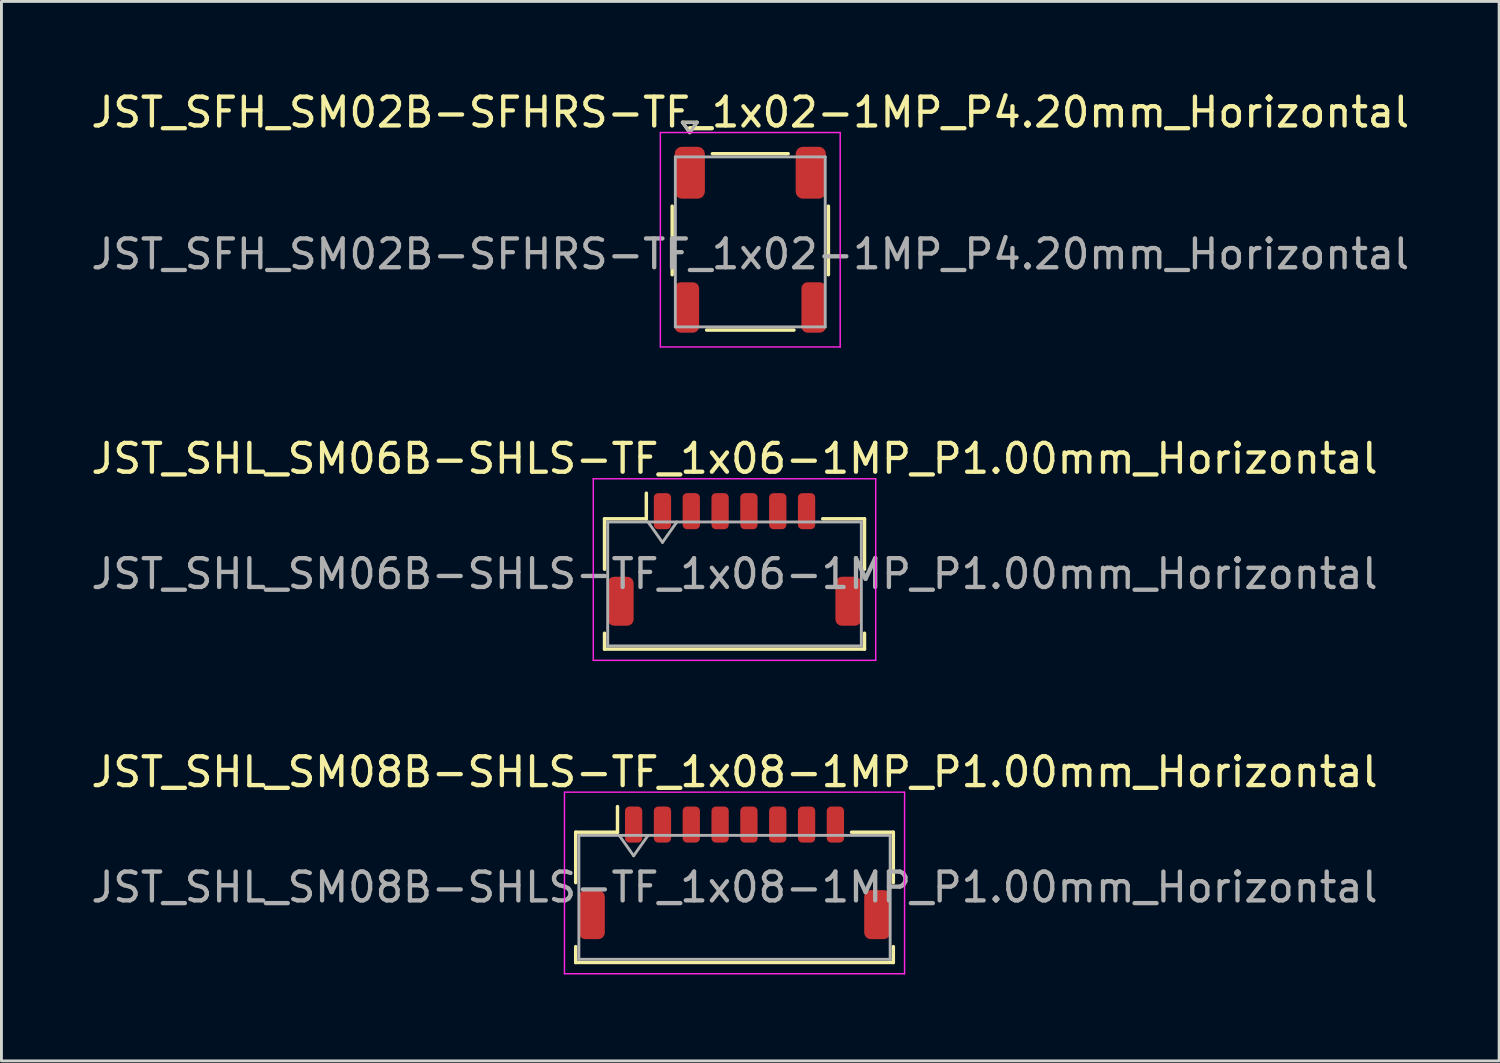
<source format=kicad_pcb>
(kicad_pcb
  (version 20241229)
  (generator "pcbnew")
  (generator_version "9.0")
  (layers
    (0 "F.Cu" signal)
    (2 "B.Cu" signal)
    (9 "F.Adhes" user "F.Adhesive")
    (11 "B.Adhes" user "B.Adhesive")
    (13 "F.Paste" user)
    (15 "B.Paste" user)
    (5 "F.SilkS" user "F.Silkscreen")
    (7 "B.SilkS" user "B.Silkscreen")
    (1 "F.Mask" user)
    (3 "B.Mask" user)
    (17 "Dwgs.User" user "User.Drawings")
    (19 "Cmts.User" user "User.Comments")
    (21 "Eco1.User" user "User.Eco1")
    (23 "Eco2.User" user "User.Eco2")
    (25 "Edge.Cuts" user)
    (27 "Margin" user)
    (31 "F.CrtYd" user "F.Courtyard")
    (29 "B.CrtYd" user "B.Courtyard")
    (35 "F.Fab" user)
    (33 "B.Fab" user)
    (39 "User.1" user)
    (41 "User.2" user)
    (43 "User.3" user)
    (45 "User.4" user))
  (footprint "JST_SFH_SM02B-SFHRS-TF_1x02-1MP_P4.20mm_Horizontal"
    (layer "F.Cu")
    (at 22.982 5.268)
    (property "Reference" "JST_SFH_SM02B-SFHRS-TF_1x02-1MP_P4.20mm_Horizontal" (at 0 -4.42 0) (layer "F.SilkS") (effects (font (size 1 1) (thickness 0.15))))
    (attr smd)
    (fp_line (start -2.71 -1.165) (end -2.71 1.215) (stroke (width 0.12) (type solid)) (layer "F.SilkS"))
    (fp_line (start -2.35 -4.074) (end -2.1 -3.72) (stroke (width 0.12) (type solid)) (layer "F.SilkS"))
    (fp_line (start -2.1 -3.72) (end -1.85 -4.074) (stroke (width 0.12) (type solid)) (layer "F.SilkS"))
    (fp_line (start -1.85 -4.074) (end -2.35 -4.074) (stroke (width 0.12) (type solid)) (layer "F.SilkS"))
    (fp_line (start -1.515 3.135) (end 1.515 3.135) (stroke (width 0.12) (type solid)) (layer "F.SilkS"))
    (fp_line (start -1.315 -2.985) (end 1.315 -2.985) (stroke (width 0.12) (type solid)) (layer "F.SilkS"))
    (fp_line (start 2.71 -1.165) (end 2.71 1.215) (stroke (width 0.12) (type solid)) (layer "F.SilkS"))
    (fp_line (start -3.12 -3.72) (end -3.12 3.72) (stroke (width 0.05) (type solid)) (layer "F.CrtYd"))
    (fp_line (start -3.12 3.72) (end 3.12 3.72) (stroke (width 0.05) (type solid)) (layer "F.CrtYd"))
    (fp_line (start 3.12 -3.72) (end -3.12 -3.72) (stroke (width 0.05) (type solid)) (layer "F.CrtYd"))
    (fp_line (start 3.12 3.72) (end 3.12 -3.72) (stroke (width 0.05) (type solid)) (layer "F.CrtYd"))
    (fp_line (start -2.6 -2.875) (end -2.6 3.025) (stroke (width 0.1) (type solid)) (layer "F.Fab"))
    (fp_line (start -2.6 -2.875) (end 2.6 -2.875) (stroke (width 0.1) (type solid)) (layer "F.Fab"))
    (fp_line (start -2.6 3.025) (end 2.6 3.025) (stroke (width 0.1) (type solid)) (layer "F.Fab"))
    (fp_line (start -2.35 -4.074) (end -2.1 -3.72) (stroke (width 0.1) (type solid)) (layer "F.Fab"))
    (fp_line (start -2.1 -3.72) (end -1.85 -4.074) (stroke (width 0.1) (type solid)) (layer "F.Fab"))
    (fp_line (start -1.85 -4.074) (end -2.35 -4.074) (stroke (width 0.1) (type solid)) (layer "F.Fab"))
    (fp_line (start 2.6 -2.875) (end 2.6 3.025) (stroke (width 0.1) (type solid)) (layer "F.Fab"))
    (fp_text user "${REFERENCE}" (at 0 0.5 0) (layer "F.Fab") (effects (font (size 1 1) (thickness 0.15))))
    (pad "1" smd roundrect (at -2.1 -2.325) (size 1.05 1.8) (layers "F.Cu" "F.Mask" "F.Paste") (roundrect_rratio 0.238))
    (pad "2" smd roundrect (at 2.1 -2.325) (size 1.05 1.8) (layers "F.Cu" "F.Mask" "F.Paste") (roundrect_rratio 0.238))
    (pad "MP" smd roundrect (at -2.2 2.35) (size 0.85 1.75) (layers "F.Cu" "F.Mask" "F.Paste") (roundrect_rratio 0.25))
    (pad "MP" smd roundrect (at 2.2 2.35) (size 0.85 1.75) (layers "F.Cu" "F.Mask" "F.Paste") (roundrect_rratio 0.25)))
  (footprint "JST_SHL_SM06B-SHLS-TF_1x06-1MP_P1.00mm_Horizontal"
    (layer "F.Cu")
    (at 22.435 16.361)
    (property "Reference" "JST_SHL_SM06B-SHLS-TF_1x06-1MP_P1.00mm_Horizontal" (at 0 -3.5 0) (layer "F.SilkS") (effects (font (size 1 1) (thickness 0.15))))
    (attr smd)
    (fp_line (start -4.51 -1.41) (end -3.06 -1.41) (stroke (width 0.12) (type solid)) (layer "F.SilkS"))
    (fp_line (start -4.51 0.34) (end -4.51 -1.41) (stroke (width 0.12) (type solid)) (layer "F.SilkS"))
    (fp_line (start -4.51 2.56) (end -4.51 3.11) (stroke (width 0.12) (type solid)) (layer "F.SilkS"))
    (fp_line (start -4.51 3.11) (end 4.51 3.11) (stroke (width 0.12) (type solid)) (layer "F.SilkS"))
    (fp_line (start -3.06 -1.41) (end -3.06 -2.3) (stroke (width 0.12) (type solid)) (layer "F.SilkS"))
    (fp_line (start 4.51 -1.41) (end 3.06 -1.41) (stroke (width 0.12) (type solid)) (layer "F.SilkS"))
    (fp_line (start 4.51 0.34) (end 4.51 -1.41) (stroke (width 0.12) (type solid)) (layer "F.SilkS"))
    (fp_line (start 4.51 3.11) (end 4.51 2.56) (stroke (width 0.12) (type solid)) (layer "F.SilkS"))
    (fp_line (start -4.9 -2.8) (end -4.9 3.5) (stroke (width 0.05) (type solid)) (layer "F.CrtYd"))
    (fp_line (start -4.9 3.5) (end 4.9 3.5) (stroke (width 0.05) (type solid)) (layer "F.CrtYd"))
    (fp_line (start 4.9 -2.8) (end -4.9 -2.8) (stroke (width 0.05) (type solid)) (layer "F.CrtYd"))
    (fp_line (start 4.9 3.5) (end 4.9 -2.8) (stroke (width 0.05) (type solid)) (layer "F.CrtYd"))
    (fp_line (start -4.4 -1.3) (end -4.4 3) (stroke (width 0.1) (type solid)) (layer "F.Fab"))
    (fp_line (start -4.4 -1.3) (end 4.4 -1.3) (stroke (width 0.1) (type solid)) (layer "F.Fab"))
    (fp_line (start -4.4 3) (end 4.4 3) (stroke (width 0.1) (type solid)) (layer "F.Fab"))
    (fp_line (start -3 -1.3) (end -2.5 -0.593) (stroke (width 0.1) (type solid)) (layer "F.Fab"))
    (fp_line (start -2.5 -0.593) (end -2 -1.3) (stroke (width 0.1) (type solid)) (layer "F.Fab"))
    (fp_line (start 4.4 -1.3) (end 4.4 3) (stroke (width 0.1) (type solid)) (layer "F.Fab"))
    (fp_text user "${REFERENCE}" (at 0 0.5 0) (layer "F.Fab") (effects (font (size 1 1) (thickness 0.15))))
    (pad "1" smd roundrect (at -2.5 -1.675) (size 0.6 1.25) (layers "F.Cu" "F.Mask" "F.Paste") (roundrect_rratio 0.25))
    (pad "2" smd roundrect (at -1.5 -1.675) (size 0.6 1.25) (layers "F.Cu" "F.Mask" "F.Paste") (roundrect_rratio 0.25))
    (pad "3" smd roundrect (at -0.5 -1.675) (size 0.6 1.25) (layers "F.Cu" "F.Mask" "F.Paste") (roundrect_rratio 0.25))
    (pad "4" smd roundrect (at 0.5 -1.675) (size 0.6 1.25) (layers "F.Cu" "F.Mask" "F.Paste") (roundrect_rratio 0.25))
    (pad "5" smd roundrect (at 1.5 -1.675) (size 0.6 1.25) (layers "F.Cu" "F.Mask" "F.Paste") (roundrect_rratio 0.25))
    (pad "6" smd roundrect (at 2.5 -1.675) (size 0.6 1.25) (layers "F.Cu" "F.Mask" "F.Paste") (roundrect_rratio 0.25))
    (pad "MP" smd roundrect (at -3.95 1.45) (size 0.9 1.7) (layers "F.Cu" "F.Mask" "F.Paste") (roundrect_rratio 0.25))
    (pad "MP" smd roundrect (at 3.95 1.45) (size 0.9 1.7) (layers "F.Cu" "F.Mask" "F.Paste") (roundrect_rratio 0.25)))
  (footprint "JST_SHL_SM08B-SHLS-TF_1x08-1MP_P1.00mm_Horizontal"
    (layer "F.Cu")
    (at 22.435 27.235)
    (property "Reference" "JST_SHL_SM08B-SHLS-TF_1x08-1MP_P1.00mm_Horizontal" (at 0 -3.5 0) (layer "F.SilkS") (effects (font (size 1 1) (thickness 0.15))))
    (attr smd)
    (fp_line (start -5.51 -1.41) (end -4.06 -1.41) (stroke (width 0.12) (type solid)) (layer "F.SilkS"))
    (fp_line (start -5.51 0.34) (end -5.51 -1.41) (stroke (width 0.12) (type solid)) (layer "F.SilkS"))
    (fp_line (start -5.51 2.56) (end -5.51 3.11) (stroke (width 0.12) (type solid)) (layer "F.SilkS"))
    (fp_line (start -5.51 3.11) (end 5.51 3.11) (stroke (width 0.12) (type solid)) (layer "F.SilkS"))
    (fp_line (start -4.06 -1.41) (end -4.06 -2.3) (stroke (width 0.12) (type solid)) (layer "F.SilkS"))
    (fp_line (start 5.51 -1.41) (end 4.06 -1.41) (stroke (width 0.12) (type solid)) (layer "F.SilkS"))
    (fp_line (start 5.51 0.34) (end 5.51 -1.41) (stroke (width 0.12) (type solid)) (layer "F.SilkS"))
    (fp_line (start 5.51 3.11) (end 5.51 2.56) (stroke (width 0.12) (type solid)) (layer "F.SilkS"))
    (fp_line (start -5.9 -2.8) (end -5.9 3.5) (stroke (width 0.05) (type solid)) (layer "F.CrtYd"))
    (fp_line (start -5.9 3.5) (end 5.9 3.5) (stroke (width 0.05) (type solid)) (layer "F.CrtYd"))
    (fp_line (start 5.9 -2.8) (end -5.9 -2.8) (stroke (width 0.05) (type solid)) (layer "F.CrtYd"))
    (fp_line (start 5.9 3.5) (end 5.9 -2.8) (stroke (width 0.05) (type solid)) (layer "F.CrtYd"))
    (fp_line (start -5.4 -1.3) (end -5.4 3) (stroke (width 0.1) (type solid)) (layer "F.Fab"))
    (fp_line (start -5.4 -1.3) (end 5.4 -1.3) (stroke (width 0.1) (type solid)) (layer "F.Fab"))
    (fp_line (start -5.4 3) (end 5.4 3) (stroke (width 0.1) (type solid)) (layer "F.Fab"))
    (fp_line (start -4 -1.3) (end -3.5 -0.593) (stroke (width 0.1) (type solid)) (layer "F.Fab"))
    (fp_line (start -3.5 -0.593) (end -3 -1.3) (stroke (width 0.1) (type solid)) (layer "F.Fab"))
    (fp_line (start 5.4 -1.3) (end 5.4 3) (stroke (width 0.1) (type solid)) (layer "F.Fab"))
    (fp_text user "${REFERENCE}" (at 0 0.5 0) (layer "F.Fab") (effects (font (size 1 1) (thickness 0.15))))
    (pad "1" smd roundrect (at -3.5 -1.675) (size 0.6 1.25) (layers "F.Cu" "F.Mask" "F.Paste") (roundrect_rratio 0.25))
    (pad "2" smd roundrect (at -2.5 -1.675) (size 0.6 1.25) (layers "F.Cu" "F.Mask" "F.Paste") (roundrect_rratio 0.25))
    (pad "3" smd roundrect (at -1.5 -1.675) (size 0.6 1.25) (layers "F.Cu" "F.Mask" "F.Paste") (roundrect_rratio 0.25))
    (pad "4" smd roundrect (at -0.5 -1.675) (size 0.6 1.25) (layers "F.Cu" "F.Mask" "F.Paste") (roundrect_rratio 0.25))
    (pad "5" smd roundrect (at 0.5 -1.675) (size 0.6 1.25) (layers "F.Cu" "F.Mask" "F.Paste") (roundrect_rratio 0.25))
    (pad "6" smd roundrect (at 1.5 -1.675) (size 0.6 1.25) (layers "F.Cu" "F.Mask" "F.Paste") (roundrect_rratio 0.25))
    (pad "7" smd roundrect (at 2.5 -1.675) (size 0.6 1.25) (layers "F.Cu" "F.Mask" "F.Paste") (roundrect_rratio 0.25))
    (pad "8" smd roundrect (at 3.5 -1.675) (size 0.6 1.25) (layers "F.Cu" "F.Mask" "F.Paste") (roundrect_rratio 0.25))
    (pad "MP" smd roundrect (at -4.95 1.45) (size 0.9 1.7) (layers "F.Cu" "F.Mask" "F.Paste") (roundrect_rratio 0.25))
    (pad "MP" smd roundrect (at 4.95 1.45) (size 0.9 1.7) (layers "F.Cu" "F.Mask" "F.Paste") (roundrect_rratio 0.25)))
  (gr_rect
    (start -3 -3)
    (end 48.964 33.76)
    (stroke (width 0.1) (type default))
    (fill no)
    (layer "Edge.Cuts")))
</source>
